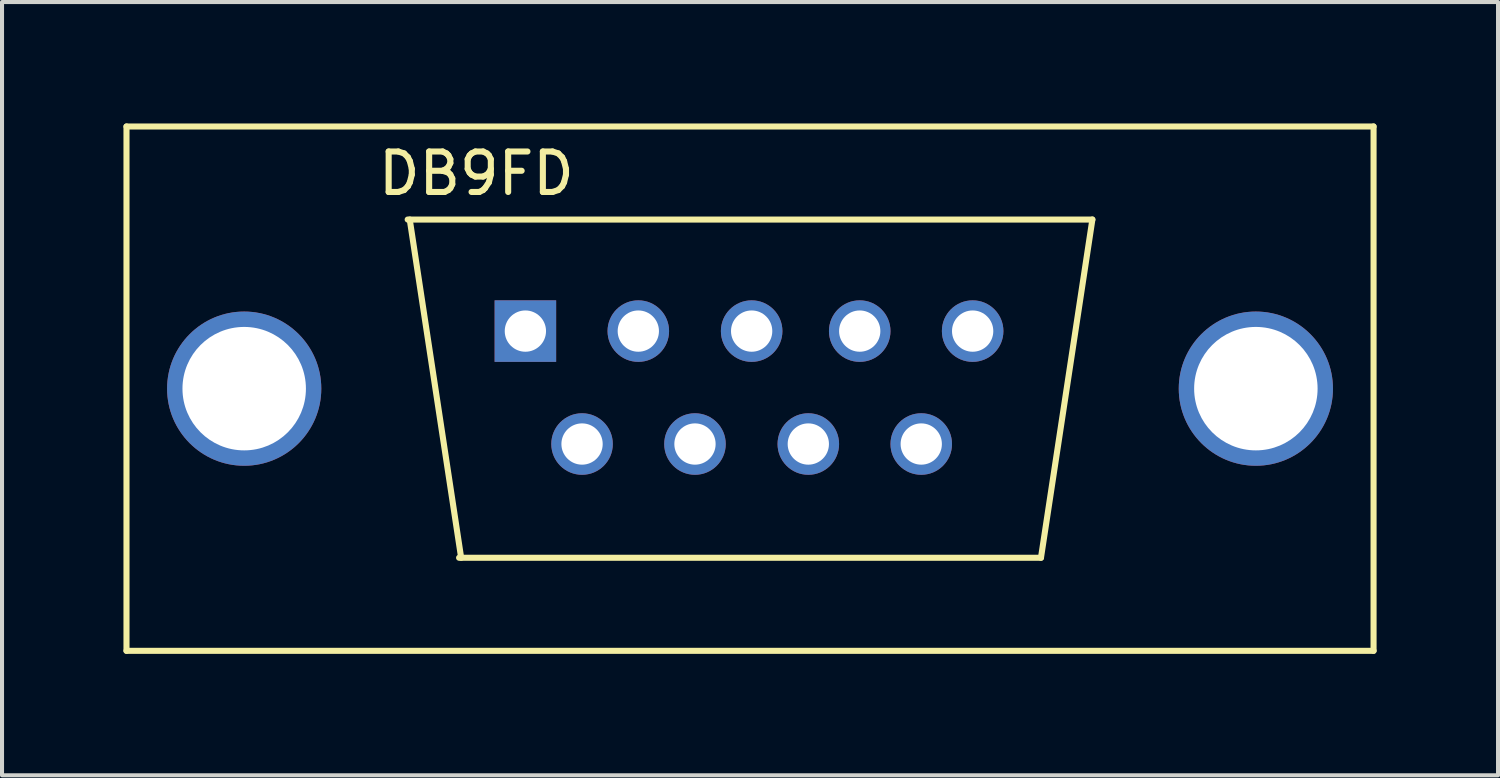
<source format=kicad_pcb>
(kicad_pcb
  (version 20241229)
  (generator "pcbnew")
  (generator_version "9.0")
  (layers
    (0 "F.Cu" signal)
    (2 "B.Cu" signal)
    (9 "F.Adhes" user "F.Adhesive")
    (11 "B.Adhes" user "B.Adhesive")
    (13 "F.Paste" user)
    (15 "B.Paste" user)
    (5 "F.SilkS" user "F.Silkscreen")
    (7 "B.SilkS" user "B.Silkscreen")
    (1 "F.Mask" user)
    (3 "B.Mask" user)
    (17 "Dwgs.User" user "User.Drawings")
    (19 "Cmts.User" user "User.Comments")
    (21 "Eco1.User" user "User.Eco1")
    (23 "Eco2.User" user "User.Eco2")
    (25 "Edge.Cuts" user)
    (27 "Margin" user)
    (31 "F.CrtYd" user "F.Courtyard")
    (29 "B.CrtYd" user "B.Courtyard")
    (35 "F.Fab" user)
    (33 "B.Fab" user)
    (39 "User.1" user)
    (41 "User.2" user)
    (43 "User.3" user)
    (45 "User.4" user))
  (footprint "DB9FD"
    (layer "F.Cu")
    (at 15.48 6.552)
    (property "Reference" "DB9FD" (at -6.761 -5.314 180) (layer "F.SilkS") (effects (font (size 1 1) (thickness 0.15))))
    (attr through_hole)
    (fp_line (start -15.405 -6.477) (end -15.405 6.477) (stroke (width 0.15) (type solid)) (layer "F.SilkS"))
    (fp_line (start -15.405 -6.477) (end 15.405 -6.477) (stroke (width 0.15) (type solid)) (layer "F.SilkS"))
    (fp_line (start -8.407 -4.178) (end -7.137 4.178) (stroke (width 0.15) (type solid)) (layer "F.SilkS"))
    (fp_line (start 7.188 4.178) (end -7.188 4.178) (stroke (width 0.15) (type solid)) (layer "F.SilkS"))
    (fp_line (start 8.458 -4.178) (end -8.458 -4.178) (stroke (width 0.15) (type solid)) (layer "F.SilkS"))
    (fp_line (start 8.458 -4.178) (end 7.188 4.178) (stroke (width 0.15) (type solid)) (layer "F.SilkS"))
    (fp_line (start 15.405 -6.477) (end 15.405 6.477) (stroke (width 0.15) (type solid)) (layer "F.SilkS"))
    (fp_line (start 15.405 6.477) (end -15.405 6.477) (stroke (width 0.15) (type solid)) (layer "F.SilkS"))
    (pad "0" thru_hole circle (at -12.497 0) (size 3.81 3.81) (drill 3.05) (layers "*.Cu" "*.Mask"))
    (pad "0" thru_hole circle (at 12.497 0) (size 3.81 3.81) (drill 3.05) (layers "*.Cu" "*.Mask"))
    (pad "1" thru_hole rect (at -5.55 -1.422) (size 1.52 1.52) (drill 1.02) (layers "*.Cu" "*.Mask"))
    (pad "2" thru_hole circle (at -2.76 -1.422) (size 1.52 1.52) (drill 1.02) (layers "*.Cu" "*.Mask"))
    (pad "3" thru_hole circle (at 0.04 -1.422) (size 1.52 1.52) (drill 1.02) (layers "*.Cu" "*.Mask"))
    (pad "4" thru_hole circle (at 2.71 -1.422) (size 1.52 1.52) (drill 1.02) (layers "*.Cu" "*.Mask"))
    (pad "5" thru_hole circle (at 5.5 -1.422) (size 1.52 1.52) (drill 1.02) (layers "*.Cu" "*.Mask"))
    (pad "6" thru_hole circle (at -4.15 1.368) (size 1.52 1.52) (drill 1.02) (layers "*.Cu" "*.Mask"))
    (pad "7" thru_hole circle (at -1.36 1.368) (size 1.52 1.52) (drill 1.02) (layers "*.Cu" "*.Mask"))
    (pad "8" thru_hole circle (at 1.44 1.368) (size 1.52 1.52) (drill 1.02) (layers "*.Cu" "*.Mask"))
    (pad "9" thru_hole circle (at 4.23 1.368) (size 1.52 1.52) (drill 1.02) (layers "*.Cu" "*.Mask")))
  (gr_rect
    (start -3 -3)
    (end 33.96 16.104)
    (stroke (width 0.1) (type default))
    (fill no)
    (layer "Edge.Cuts")))
</source>
